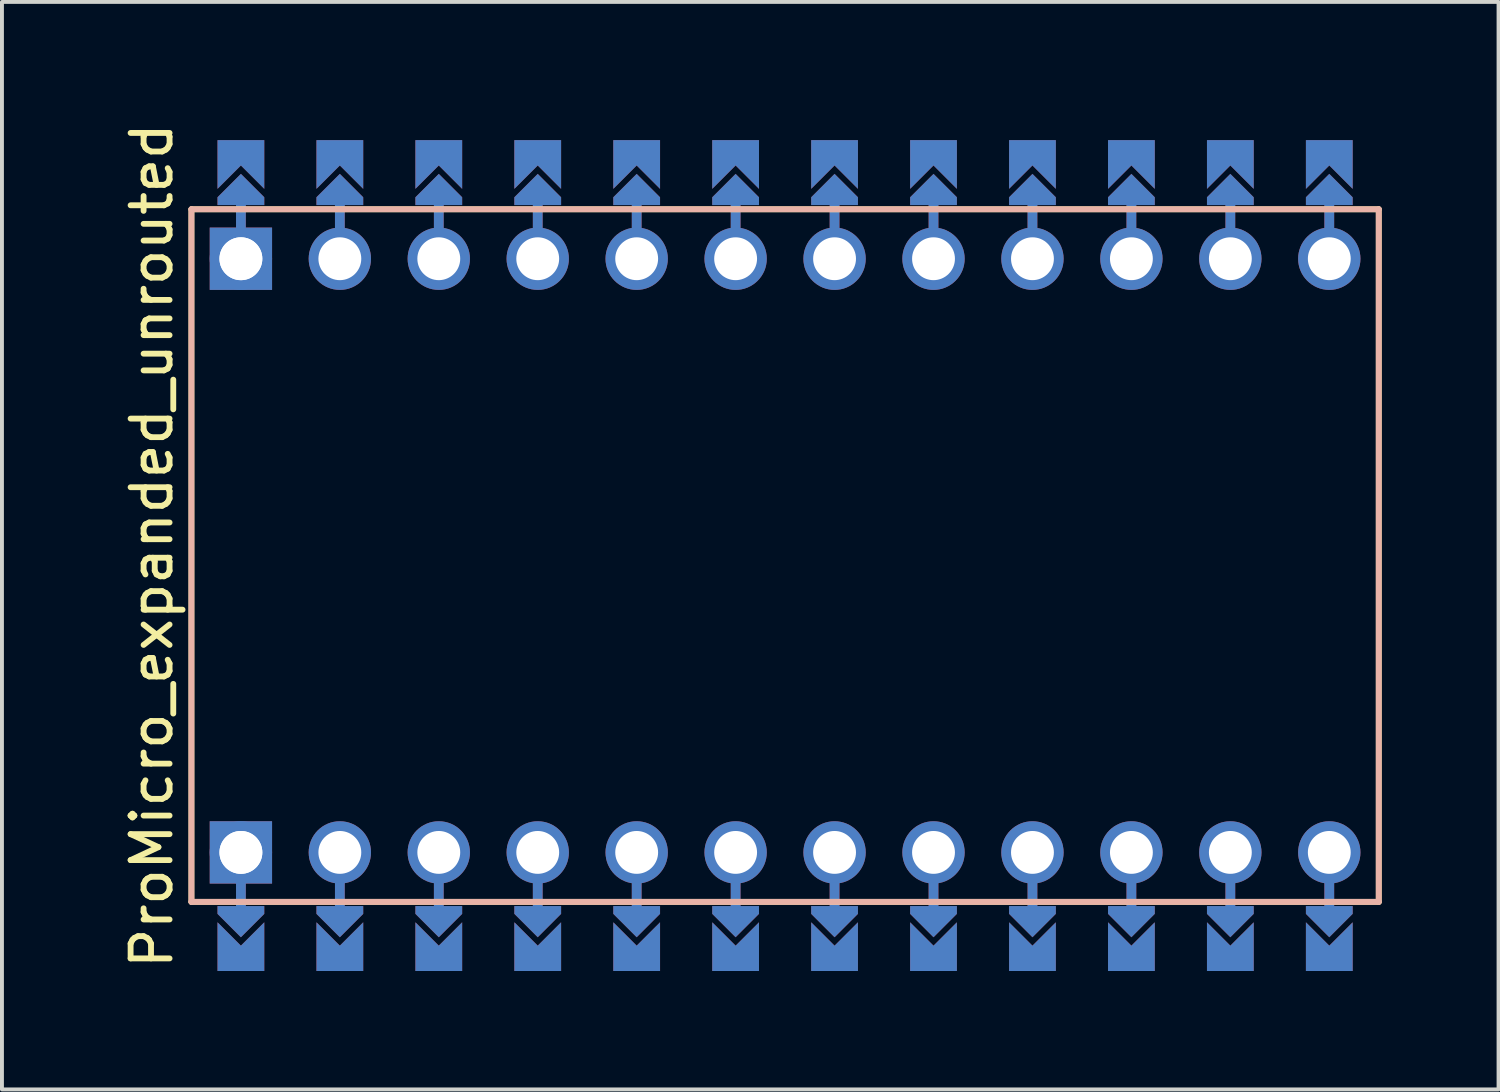
<source format=kicad_pcb>
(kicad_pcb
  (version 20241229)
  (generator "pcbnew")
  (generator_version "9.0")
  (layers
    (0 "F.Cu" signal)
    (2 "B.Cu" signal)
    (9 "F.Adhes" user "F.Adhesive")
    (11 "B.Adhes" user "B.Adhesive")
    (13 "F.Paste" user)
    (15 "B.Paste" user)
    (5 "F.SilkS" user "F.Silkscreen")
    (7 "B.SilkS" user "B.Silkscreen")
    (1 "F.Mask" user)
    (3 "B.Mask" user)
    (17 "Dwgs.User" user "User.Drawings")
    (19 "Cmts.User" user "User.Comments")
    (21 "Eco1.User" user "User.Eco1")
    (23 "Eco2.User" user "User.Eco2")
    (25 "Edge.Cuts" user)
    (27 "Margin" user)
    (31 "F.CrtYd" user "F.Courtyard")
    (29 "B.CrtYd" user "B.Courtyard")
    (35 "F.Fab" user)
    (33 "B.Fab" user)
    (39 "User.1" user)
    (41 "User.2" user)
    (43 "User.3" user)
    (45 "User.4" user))
  (footprint "ProMicro_expanded_unrouted"
    (layer "F.Cu")
    (at 17.104 11.212)
    (property "Reference" "ProMicro_expanded_unrouted" (at -16.256 -0.254 90) (layer "F.SilkS") (effects (font (size 1 1) (thickness 0.15))))
    (attr through_hole)
    (fp_poly (pts (xy -14.478 -10.16) (xy -13.462 -10.16) (xy -13.462 -9.144) (xy -14.478 -9.144)) (stroke (width 0.1) (type solid)) (fill yes) (layer "F.Mask"))
    (fp_poly (pts (xy -13.462 10.16) (xy -14.478 10.16) (xy -14.478 9.144) (xy -13.462 9.144)) (stroke (width 0.1) (type solid)) (fill yes) (layer "F.Mask"))
    (fp_poly (pts (xy -11.938 -10.16) (xy -10.922 -10.16) (xy -10.922 -9.144) (xy -11.938 -9.144)) (stroke (width 0.1) (type solid)) (fill yes) (layer "F.Mask"))
    (fp_poly (pts (xy -10.922 10.16) (xy -11.938 10.16) (xy -11.938 9.144) (xy -10.922 9.144)) (stroke (width 0.1) (type solid)) (fill yes) (layer "F.Mask"))
    (fp_poly (pts (xy -9.398 -10.16) (xy -8.382 -10.16) (xy -8.382 -9.144) (xy -9.398 -9.144)) (stroke (width 0.1) (type solid)) (fill yes) (layer "F.Mask"))
    (fp_poly (pts (xy -8.382 10.16) (xy -9.398 10.16) (xy -9.398 9.144) (xy -8.382 9.144)) (stroke (width 0.1) (type solid)) (fill yes) (layer "F.Mask"))
    (fp_poly (pts (xy -6.858 -10.16) (xy -5.842 -10.16) (xy -5.842 -9.144) (xy -6.858 -9.144)) (stroke (width 0.1) (type solid)) (fill yes) (layer "F.Mask"))
    (fp_poly (pts (xy -5.842 10.16) (xy -6.858 10.16) (xy -6.858 9.144) (xy -5.842 9.144)) (stroke (width 0.1) (type solid)) (fill yes) (layer "F.Mask"))
    (fp_poly (pts (xy -4.318 -10.16) (xy -3.302 -10.16) (xy -3.302 -9.144) (xy -4.318 -9.144)) (stroke (width 0.1) (type solid)) (fill yes) (layer "F.Mask"))
    (fp_poly (pts (xy -3.302 10.16) (xy -4.318 10.16) (xy -4.318 9.144) (xy -3.302 9.144)) (stroke (width 0.1) (type solid)) (fill yes) (layer "F.Mask"))
    (fp_poly (pts (xy -1.778 -10.16) (xy -0.762 -10.16) (xy -0.762 -9.144) (xy -1.778 -9.144)) (stroke (width 0.1) (type solid)) (fill yes) (layer "F.Mask"))
    (fp_poly (pts (xy -0.762 10.16) (xy -1.778 10.16) (xy -1.778 9.144) (xy -0.762 9.144)) (stroke (width 0.1) (type solid)) (fill yes) (layer "F.Mask"))
    (fp_poly (pts (xy 0.762 -10.16) (xy 1.778 -10.16) (xy 1.778 -9.144) (xy 0.762 -9.144)) (stroke (width 0.1) (type solid)) (fill yes) (layer "F.Mask"))
    (fp_poly (pts (xy 1.778 10.16) (xy 0.762 10.16) (xy 0.762 9.144) (xy 1.778 9.144)) (stroke (width 0.1) (type solid)) (fill yes) (layer "F.Mask"))
    (fp_poly (pts (xy 3.302 -10.16) (xy 4.318 -10.16) (xy 4.318 -9.144) (xy 3.302 -9.144)) (stroke (width 0.1) (type solid)) (fill yes) (layer "F.Mask"))
    (fp_poly (pts (xy 4.318 10.16) (xy 3.302 10.16) (xy 3.302 9.144) (xy 4.318 9.144)) (stroke (width 0.1) (type solid)) (fill yes) (layer "F.Mask"))
    (fp_poly (pts (xy 5.842 -10.16) (xy 6.858 -10.16) (xy 6.858 -9.144) (xy 5.842 -9.144)) (stroke (width 0.1) (type solid)) (fill yes) (layer "F.Mask"))
    (fp_poly (pts (xy 6.858 10.16) (xy 5.842 10.16) (xy 5.842 9.144) (xy 6.858 9.144)) (stroke (width 0.1) (type solid)) (fill yes) (layer "F.Mask"))
    (fp_poly (pts (xy 8.382 -10.16) (xy 9.398 -10.16) (xy 9.398 -9.144) (xy 8.382 -9.144)) (stroke (width 0.1) (type solid)) (fill yes) (layer "F.Mask"))
    (fp_poly (pts (xy 9.398 10.16) (xy 8.382 10.16) (xy 8.382 9.144) (xy 9.398 9.144)) (stroke (width 0.1) (type solid)) (fill yes) (layer "F.Mask"))
    (fp_poly (pts (xy 10.922 -10.16) (xy 11.938 -10.16) (xy 11.938 -9.144) (xy 10.922 -9.144)) (stroke (width 0.1) (type solid)) (fill yes) (layer "F.Mask"))
    (fp_poly (pts (xy 11.938 10.16) (xy 10.922 10.16) (xy 10.922 9.144) (xy 11.938 9.144)) (stroke (width 0.1) (type solid)) (fill yes) (layer "F.Mask"))
    (fp_poly (pts (xy 13.462 -10.16) (xy 14.478 -10.16) (xy 14.478 -9.144) (xy 13.462 -9.144)) (stroke (width 0.1) (type solid)) (fill yes) (layer "F.Mask"))
    (fp_poly (pts (xy 14.478 10.16) (xy 13.462 10.16) (xy 13.462 9.144) (xy 14.478 9.144)) (stroke (width 0.1) (type solid)) (fill yes) (layer "F.Mask"))
    (fp_poly (pts (xy -14.478 -10.16) (xy -13.462 -10.16) (xy -13.462 -9.144) (xy -14.478 -9.144)) (stroke (width 0.1) (type solid)) (fill yes) (layer "B.Mask"))
    (fp_poly (pts (xy -13.462 10.16) (xy -14.478 10.16) (xy -14.478 9.144) (xy -13.462 9.144)) (stroke (width 0.1) (type solid)) (fill yes) (layer "B.Mask"))
    (fp_poly (pts (xy -11.938 -10.16) (xy -10.922 -10.16) (xy -10.922 -9.144) (xy -11.938 -9.144)) (stroke (width 0.1) (type solid)) (fill yes) (layer "B.Mask"))
    (fp_poly (pts (xy -10.922 10.16) (xy -11.938 10.16) (xy -11.938 9.144) (xy -10.922 9.144)) (stroke (width 0.1) (type solid)) (fill yes) (layer "B.Mask"))
    (fp_poly (pts (xy -9.398 -10.16) (xy -8.382 -10.16) (xy -8.382 -9.144) (xy -9.398 -9.144)) (stroke (width 0.1) (type solid)) (fill yes) (layer "B.Mask"))
    (fp_poly (pts (xy -8.382 10.16) (xy -9.398 10.16) (xy -9.398 9.144) (xy -8.382 9.144)) (stroke (width 0.1) (type solid)) (fill yes) (layer "B.Mask"))
    (fp_poly (pts (xy -6.858 -10.16) (xy -5.842 -10.16) (xy -5.842 -9.144) (xy -6.858 -9.144)) (stroke (width 0.1) (type solid)) (fill yes) (layer "B.Mask"))
    (fp_poly (pts (xy -5.842 10.16) (xy -6.858 10.16) (xy -6.858 9.144) (xy -5.842 9.144)) (stroke (width 0.1) (type solid)) (fill yes) (layer "B.Mask"))
    (fp_poly (pts (xy -4.318 -10.16) (xy -3.302 -10.16) (xy -3.302 -9.144) (xy -4.318 -9.144)) (stroke (width 0.1) (type solid)) (fill yes) (layer "B.Mask"))
    (fp_poly (pts (xy -3.302 10.16) (xy -4.318 10.16) (xy -4.318 9.144) (xy -3.302 9.144)) (stroke (width 0.1) (type solid)) (fill yes) (layer "B.Mask"))
    (fp_poly (pts (xy -1.778 -10.16) (xy -0.762 -10.16) (xy -0.762 -9.144) (xy -1.778 -9.144)) (stroke (width 0.1) (type solid)) (fill yes) (layer "B.Mask"))
    (fp_poly (pts (xy -0.762 10.16) (xy -1.778 10.16) (xy -1.778 9.144) (xy -0.762 9.144)) (stroke (width 0.1) (type solid)) (fill yes) (layer "B.Mask"))
    (fp_poly (pts (xy 0.762 -10.16) (xy 1.778 -10.16) (xy 1.778 -9.144) (xy 0.762 -9.144)) (stroke (width 0.1) (type solid)) (fill yes) (layer "B.Mask"))
    (fp_poly (pts (xy 1.778 10.16) (xy 0.762 10.16) (xy 0.762 9.144) (xy 1.778 9.144)) (stroke (width 0.1) (type solid)) (fill yes) (layer "B.Mask"))
    (fp_poly (pts (xy 3.302 -10.16) (xy 4.318 -10.16) (xy 4.318 -9.144) (xy 3.302 -9.144)) (stroke (width 0.1) (type solid)) (fill yes) (layer "B.Mask"))
    (fp_poly (pts (xy 4.318 10.16) (xy 3.302 10.16) (xy 3.302 9.144) (xy 4.318 9.144)) (stroke (width 0.1) (type solid)) (fill yes) (layer "B.Mask"))
    (fp_poly (pts (xy 5.842 -10.16) (xy 6.858 -10.16) (xy 6.858 -9.144) (xy 5.842 -9.144)) (stroke (width 0.1) (type solid)) (fill yes) (layer "B.Mask"))
    (fp_poly (pts (xy 6.858 10.16) (xy 5.842 10.16) (xy 5.842 9.144) (xy 6.858 9.144)) (stroke (width 0.1) (type solid)) (fill yes) (layer "B.Mask"))
    (fp_poly (pts (xy 8.382 -10.16) (xy 9.398 -10.16) (xy 9.398 -9.144) (xy 8.382 -9.144)) (stroke (width 0.1) (type solid)) (fill yes) (layer "B.Mask"))
    (fp_poly (pts (xy 9.398 10.16) (xy 8.382 10.16) (xy 8.382 9.144) (xy 9.398 9.144)) (stroke (width 0.1) (type solid)) (fill yes) (layer "B.Mask"))
    (fp_poly (pts (xy 10.922 -10.16) (xy 11.938 -10.16) (xy 11.938 -9.144) (xy 10.922 -9.144)) (stroke (width 0.1) (type solid)) (fill yes) (layer "B.Mask"))
    (fp_poly (pts (xy 11.938 10.16) (xy 10.922 10.16) (xy 10.922 9.144) (xy 11.938 9.144)) (stroke (width 0.1) (type solid)) (fill yes) (layer "B.Mask"))
    (fp_poly (pts (xy 13.462 -10.16) (xy 14.478 -10.16) (xy 14.478 -9.144) (xy 13.462 -9.144)) (stroke (width 0.1) (type solid)) (fill yes) (layer "B.Mask"))
    (fp_poly (pts (xy 14.478 10.16) (xy 13.462 10.16) (xy 13.462 9.144) (xy 14.478 9.144)) (stroke (width 0.1) (type solid)) (fill yes) (layer "B.Mask"))
    (fp_line (start -15.24 -8.89) (end 15.24 -8.89) (stroke (width 0.15) (type solid)) (layer "F.SilkS"))
    (fp_line (start -15.24 8.89) (end -15.24 -8.89) (stroke (width 0.15) (type solid)) (layer "F.SilkS"))
    (fp_line (start -15.24 8.89) (end 15.24 8.89) (stroke (width 0.15) (type solid)) (layer "F.SilkS"))
    (fp_line (start 15.24 -8.89) (end 15.24 8.89) (stroke (width 0.15) (type solid)) (layer "F.SilkS"))
    (fp_line (start -15.24 -8.89) (end 15.24 -8.89) (stroke (width 0.15) (type solid)) (layer "B.SilkS"))
    (fp_line (start -15.24 8.89) (end -15.24 -8.89) (stroke (width 0.15) (type solid)) (layer "B.SilkS"))
    (fp_line (start -15.24 8.89) (end 15.24 8.89) (stroke (width 0.15) (type solid)) (layer "B.SilkS"))
    (fp_line (start 15.24 -8.89) (end 15.24 8.89) (stroke (width 0.15) (type solid)) (layer "B.SilkS"))
    (pad "" smd custom (at -13.97 -9.398 180) (size 0.1 0.1) (layers "F.Cu" "F.Mask") (options (anchor rect)) (primitives (gr_poly (pts (xy 0.6 -0.4) (xy -0.6 -0.4) (xy -0.6 -0.2) (xy 0 0.4) (xy 0.6 -0.2)) (width 0) (fill yes))))
    (pad "" smd custom (at -13.97 -9.398 180) (size 0.1 0.1) (layers "B.Cu" "B.Mask") (options (anchor rect)) (primitives (gr_poly (pts (xy 0.6 -0.4) (xy -0.6 -0.4) (xy -0.6 -0.2) (xy 0 0.4) (xy 0.6 -0.2)) (width 0) (fill yes))))
    (pad "" smd custom (at -13.97 -8.89 180) (size 0.25 1) (layers "F.Cu") (options (anchor rect)) (primitives))
    (pad "" smd custom (at -13.97 -8.89 180) (size 0.25 1) (layers "B.Cu") (options (anchor rect)) (primitives))
    (pad "" thru_hole circle (at -13.97 -7.62) (size 1.6 1.6) (drill 1.1) (layers "*.Cu" "*.Mask"))
    (pad "" thru_hole rect (at -13.97 -7.62) (size 1.6 1.6) (drill 1.1) (layers "B.Cu" "B.Mask"))
    (pad "" thru_hole circle (at -13.97 7.62) (size 1.6 1.6) (drill 1.1) (layers "*.Cu" "*.Mask"))
    (pad "" thru_hole rect (at -13.97 7.62) (size 1.6 1.6) (drill 1.1) (layers "F.Cu" "F.Mask"))
    (pad "" smd custom (at -13.97 8.89) (size 0.25 1) (layers "F.Cu") (options (anchor rect)) (primitives))
    (pad "" smd custom (at -13.97 8.89) (size 0.25 1) (layers "B.Cu") (options (anchor rect)) (primitives))
    (pad "" smd custom (at -13.97 9.398) (size 0.1 0.1) (layers "F.Cu" "F.Mask") (options (anchor rect)) (primitives (gr_poly (pts (xy 0.6 -0.4) (xy -0.6 -0.4) (xy -0.6 -0.2) (xy 0 0.4) (xy 0.6 -0.2)) (width 0) (fill yes))))
    (pad "" smd custom (at -13.97 9.398) (size 0.1 0.1) (layers "B.Cu" "B.Mask") (options (anchor rect)) (primitives (gr_poly (pts (xy 0.6 -0.4) (xy -0.6 -0.4) (xy -0.6 -0.2) (xy 0 0.4) (xy 0.6 -0.2)) (width 0) (fill yes))))
    (pad "" smd custom (at -11.43 -9.398 180) (size 0.1 0.1) (layers "F.Cu" "F.Mask") (options (anchor rect)) (primitives (gr_poly (pts (xy 0.6 -0.4) (xy -0.6 -0.4) (xy -0.6 -0.2) (xy 0 0.4) (xy 0.6 -0.2)) (width 0) (fill yes))))
    (pad "" smd custom (at -11.43 -9.398 180) (size 0.1 0.1) (layers "B.Cu" "B.Mask") (options (anchor rect)) (primitives (gr_poly (pts (xy 0.6 -0.4) (xy -0.6 -0.4) (xy -0.6 -0.2) (xy 0 0.4) (xy 0.6 -0.2)) (width 0) (fill yes))))
    (pad "" smd custom (at -11.43 -8.89 180) (size 0.25 1) (layers "F.Cu") (options (anchor rect)) (primitives))
    (pad "" smd custom (at -11.43 -8.89 180) (size 0.25 1) (layers "B.Cu") (options (anchor rect)) (primitives))
    (pad "" thru_hole circle (at -11.43 -7.62) (size 1.6 1.6) (drill 1.1) (layers "*.Cu" "*.Mask"))
    (pad "" thru_hole circle (at -11.43 7.62) (size 1.6 1.6) (drill 1.1) (layers "*.Cu" "*.Mask"))
    (pad "" smd custom (at -11.43 8.89) (size 0.25 1) (layers "F.Cu") (options (anchor rect)) (primitives))
    (pad "" smd custom (at -11.43 8.89) (size 0.25 1) (layers "B.Cu") (options (anchor rect)) (primitives))
    (pad "" smd custom (at -11.43 9.398) (size 0.1 0.1) (layers "F.Cu" "F.Mask") (options (anchor rect)) (primitives (gr_poly (pts (xy 0.6 -0.4) (xy -0.6 -0.4) (xy -0.6 -0.2) (xy 0 0.4) (xy 0.6 -0.2)) (width 0) (fill yes))))
    (pad "" smd custom (at -11.43 9.398) (size 0.1 0.1) (layers "B.Cu" "B.Mask") (options (anchor rect)) (primitives (gr_poly (pts (xy 0.6 -0.4) (xy -0.6 -0.4) (xy -0.6 -0.2) (xy 0 0.4) (xy 0.6 -0.2)) (width 0) (fill yes))))
    (pad "" smd custom (at -8.89 -9.398 180) (size 0.1 0.1) (layers "F.Cu" "F.Mask") (options (anchor rect)) (primitives (gr_poly (pts (xy 0.6 -0.4) (xy -0.6 -0.4) (xy -0.6 -0.2) (xy 0 0.4) (xy 0.6 -0.2)) (width 0) (fill yes))))
    (pad "" smd custom (at -8.89 -9.398 180) (size 0.1 0.1) (layers "B.Cu" "B.Mask") (options (anchor rect)) (primitives (gr_poly (pts (xy 0.6 -0.4) (xy -0.6 -0.4) (xy -0.6 -0.2) (xy 0 0.4) (xy 0.6 -0.2)) (width 0) (fill yes))))
    (pad "" smd custom (at -8.89 -8.89 180) (size 0.25 1) (layers "F.Cu") (options (anchor rect)) (primitives))
    (pad "" smd custom (at -8.89 -8.89 180) (size 0.25 1) (layers "B.Cu") (options (anchor rect)) (primitives))
    (pad "" thru_hole circle (at -8.89 -7.62) (size 1.6 1.6) (drill 1.1) (layers "*.Cu" "*.Mask"))
    (pad "" thru_hole circle (at -8.89 7.62) (size 1.6 1.6) (drill 1.1) (layers "*.Cu" "*.Mask"))
    (pad "" smd custom (at -8.89 8.89) (size 0.25 1) (layers "F.Cu") (options (anchor rect)) (primitives))
    (pad "" smd custom (at -8.89 8.89) (size 0.25 1) (layers "B.Cu") (options (anchor rect)) (primitives))
    (pad "" smd custom (at -8.89 9.398) (size 0.1 0.1) (layers "F.Cu" "F.Mask") (options (anchor rect)) (primitives (gr_poly (pts (xy 0.6 -0.4) (xy -0.6 -0.4) (xy -0.6 -0.2) (xy 0 0.4) (xy 0.6 -0.2)) (width 0) (fill yes))))
    (pad "" smd custom (at -8.89 9.398) (size 0.1 0.1) (layers "B.Cu" "B.Mask") (options (anchor rect)) (primitives (gr_poly (pts (xy 0.6 -0.4) (xy -0.6 -0.4) (xy -0.6 -0.2) (xy 0 0.4) (xy 0.6 -0.2)) (width 0) (fill yes))))
    (pad "" smd custom (at -6.35 -9.398 180) (size 0.1 0.1) (layers "F.Cu" "F.Mask") (options (anchor rect)) (primitives (gr_poly (pts (xy 0.6 -0.4) (xy -0.6 -0.4) (xy -0.6 -0.2) (xy 0 0.4) (xy 0.6 -0.2)) (width 0) (fill yes))))
    (pad "" smd custom (at -6.35 -9.398 180) (size 0.1 0.1) (layers "B.Cu" "B.Mask") (options (anchor rect)) (primitives (gr_poly (pts (xy 0.6 -0.4) (xy -0.6 -0.4) (xy -0.6 -0.2) (xy 0 0.4) (xy 0.6 -0.2)) (width 0) (fill yes))))
    (pad "" smd custom (at -6.35 -8.89 180) (size 0.25 1) (layers "F.Cu") (options (anchor rect)) (primitives))
    (pad "" smd custom (at -6.35 -8.89 180) (size 0.25 1) (layers "B.Cu") (options (anchor rect)) (primitives))
    (pad "" thru_hole circle (at -6.35 -7.62) (size 1.6 1.6) (drill 1.1) (layers "*.Cu" "*.Mask"))
    (pad "" thru_hole circle (at -6.35 7.62) (size 1.6 1.6) (drill 1.1) (layers "*.Cu" "*.Mask"))
    (pad "" smd custom (at -6.35 8.89) (size 0.25 1) (layers "F.Cu") (options (anchor rect)) (primitives))
    (pad "" smd custom (at -6.35 8.89) (size 0.25 1) (layers "B.Cu") (options (anchor rect)) (primitives))
    (pad "" smd custom (at -6.35 9.398) (size 0.1 0.1) (layers "F.Cu" "F.Mask") (options (anchor rect)) (primitives (gr_poly (pts (xy 0.6 -0.4) (xy -0.6 -0.4) (xy -0.6 -0.2) (xy 0 0.4) (xy 0.6 -0.2)) (width 0) (fill yes))))
    (pad "" smd custom (at -6.35 9.398) (size 0.1 0.1) (layers "B.Cu" "B.Mask") (options (anchor rect)) (primitives (gr_poly (pts (xy 0.6 -0.4) (xy -0.6 -0.4) (xy -0.6 -0.2) (xy 0 0.4) (xy 0.6 -0.2)) (width 0) (fill yes))))
    (pad "" smd custom (at -3.81 -9.398 180) (size 0.1 0.1) (layers "F.Cu" "F.Mask") (options (anchor rect)) (primitives (gr_poly (pts (xy 0.6 -0.4) (xy -0.6 -0.4) (xy -0.6 -0.2) (xy 0 0.4) (xy 0.6 -0.2)) (width 0) (fill yes))))
    (pad "" smd custom (at -3.81 -9.398 180) (size 0.1 0.1) (layers "B.Cu" "B.Mask") (options (anchor rect)) (primitives (gr_poly (pts (xy 0.6 -0.4) (xy -0.6 -0.4) (xy -0.6 -0.2) (xy 0 0.4) (xy 0.6 -0.2)) (width 0) (fill yes))))
    (pad "" smd custom (at -3.81 -8.89 180) (size 0.25 1) (layers "F.Cu") (options (anchor rect)) (primitives))
    (pad "" smd custom (at -3.81 -8.89 180) (size 0.25 1) (layers "B.Cu") (options (anchor rect)) (primitives))
    (pad "" thru_hole circle (at -3.81 -7.62) (size 1.6 1.6) (drill 1.1) (layers "*.Cu" "*.Mask"))
    (pad "" thru_hole circle (at -3.81 7.62) (size 1.6 1.6) (drill 1.1) (layers "*.Cu" "*.Mask"))
    (pad "" smd custom (at -3.81 8.89) (size 0.25 1) (layers "F.Cu") (options (anchor rect)) (primitives))
    (pad "" smd custom (at -3.81 8.89) (size 0.25 1) (layers "B.Cu") (options (anchor rect)) (primitives))
    (pad "" smd custom (at -3.81 9.398) (size 0.1 0.1) (layers "F.Cu" "F.Mask") (options (anchor rect)) (primitives (gr_poly (pts (xy 0.6 -0.4) (xy -0.6 -0.4) (xy -0.6 -0.2) (xy 0 0.4) (xy 0.6 -0.2)) (width 0) (fill yes))))
    (pad "" smd custom (at -3.81 9.398) (size 0.1 0.1) (layers "B.Cu" "B.Mask") (options (anchor rect)) (primitives (gr_poly (pts (xy 0.6 -0.4) (xy -0.6 -0.4) (xy -0.6 -0.2) (xy 0 0.4) (xy 0.6 -0.2)) (width 0) (fill yes))))
    (pad "" smd custom (at -1.27 -9.398 180) (size 0.1 0.1) (layers "F.Cu" "F.Mask") (options (anchor rect)) (primitives (gr_poly (pts (xy 0.6 -0.4) (xy -0.6 -0.4) (xy -0.6 -0.2) (xy 0 0.4) (xy 0.6 -0.2)) (width 0) (fill yes))))
    (pad "" smd custom (at -1.27 -9.398 180) (size 0.1 0.1) (layers "B.Cu" "B.Mask") (options (anchor rect)) (primitives (gr_poly (pts (xy 0.6 -0.4) (xy -0.6 -0.4) (xy -0.6 -0.2) (xy 0 0.4) (xy 0.6 -0.2)) (width 0) (fill yes))))
    (pad "" smd custom (at -1.27 -8.89 180) (size 0.25 1) (layers "F.Cu") (options (anchor rect)) (primitives))
    (pad "" smd custom (at -1.27 -8.89 180) (size 0.25 1) (layers "B.Cu") (options (anchor rect)) (primitives))
    (pad "" thru_hole circle (at -1.27 -7.62) (size 1.6 1.6) (drill 1.1) (layers "*.Cu" "*.Mask"))
    (pad "" thru_hole circle (at -1.27 7.62) (size 1.6 1.6) (drill 1.1) (layers "*.Cu" "*.Mask"))
    (pad "" smd custom (at -1.27 8.89) (size 0.25 1) (layers "F.Cu") (options (anchor rect)) (primitives))
    (pad "" smd custom (at -1.27 8.89) (size 0.25 1) (layers "B.Cu") (options (anchor rect)) (primitives))
    (pad "" smd custom (at -1.27 9.398) (size 0.1 0.1) (layers "F.Cu" "F.Mask") (options (anchor rect)) (primitives (gr_poly (pts (xy 0.6 -0.4) (xy -0.6 -0.4) (xy -0.6 -0.2) (xy 0 0.4) (xy 0.6 -0.2)) (width 0) (fill yes))))
    (pad "" smd custom (at -1.27 9.398) (size 0.1 0.1) (layers "B.Cu" "B.Mask") (options (anchor rect)) (primitives (gr_poly (pts (xy 0.6 -0.4) (xy -0.6 -0.4) (xy -0.6 -0.2) (xy 0 0.4) (xy 0.6 -0.2)) (width 0) (fill yes))))
    (pad "" smd custom (at 1.27 -9.398 180) (size 0.1 0.1) (layers "F.Cu" "F.Mask") (options (anchor rect)) (primitives (gr_poly (pts (xy 0.6 -0.4) (xy -0.6 -0.4) (xy -0.6 -0.2) (xy 0 0.4) (xy 0.6 -0.2)) (width 0) (fill yes))))
    (pad "" smd custom (at 1.27 -9.398 180) (size 0.1 0.1) (layers "B.Cu" "B.Mask") (options (anchor rect)) (primitives (gr_poly (pts (xy 0.6 -0.4) (xy -0.6 -0.4) (xy -0.6 -0.2) (xy 0 0.4) (xy 0.6 -0.2)) (width 0) (fill yes))))
    (pad "" smd custom (at 1.27 -8.89 180) (size 0.25 1) (layers "F.Cu") (options (anchor rect)) (primitives))
    (pad "" smd custom (at 1.27 -8.89 180) (size 0.25 1) (layers "B.Cu") (options (anchor rect)) (primitives))
    (pad "" thru_hole circle (at 1.27 -7.62) (size 1.6 1.6) (drill 1.1) (layers "*.Cu" "*.Mask"))
    (pad "" thru_hole circle (at 1.27 7.62) (size 1.6 1.6) (drill 1.1) (layers "*.Cu" "*.Mask"))
    (pad "" smd custom (at 1.27 8.89) (size 0.25 1) (layers "F.Cu") (options (anchor rect)) (primitives))
    (pad "" smd custom (at 1.27 8.89) (size 0.25 1) (layers "B.Cu") (options (anchor rect)) (primitives))
    (pad "" smd custom (at 1.27 9.398) (size 0.1 0.1) (layers "F.Cu" "F.Mask") (options (anchor rect)) (primitives (gr_poly (pts (xy 0.6 -0.4) (xy -0.6 -0.4) (xy -0.6 -0.2) (xy 0 0.4) (xy 0.6 -0.2)) (width 0) (fill yes))))
    (pad "" smd custom (at 1.27 9.398) (size 0.1 0.1) (layers "B.Cu" "B.Mask") (options (anchor rect)) (primitives (gr_poly (pts (xy 0.6 -0.4) (xy -0.6 -0.4) (xy -0.6 -0.2) (xy 0 0.4) (xy 0.6 -0.2)) (width 0) (fill yes))))
    (pad "" smd custom (at 3.81 -9.398 180) (size 0.1 0.1) (layers "F.Cu" "F.Mask") (options (anchor rect)) (primitives (gr_poly (pts (xy 0.6 -0.4) (xy -0.6 -0.4) (xy -0.6 -0.2) (xy 0 0.4) (xy 0.6 -0.2)) (width 0) (fill yes))))
    (pad "" smd custom (at 3.81 -9.398 180) (size 0.1 0.1) (layers "B.Cu" "B.Mask") (options (anchor rect)) (primitives (gr_poly (pts (xy 0.6 -0.4) (xy -0.6 -0.4) (xy -0.6 -0.2) (xy 0 0.4) (xy 0.6 -0.2)) (width 0) (fill yes))))
    (pad "" smd custom (at 3.81 -8.89 180) (size 0.25 1) (layers "F.Cu") (options (anchor rect)) (primitives))
    (pad "" smd custom (at 3.81 -8.89 180) (size 0.25 1) (layers "B.Cu") (options (anchor rect)) (primitives))
    (pad "" thru_hole circle (at 3.81 -7.62) (size 1.6 1.6) (drill 1.1) (layers "*.Cu" "*.Mask"))
    (pad "" thru_hole circle (at 3.81 7.62) (size 1.6 1.6) (drill 1.1) (layers "*.Cu" "*.Mask"))
    (pad "" smd custom (at 3.81 8.89) (size 0.25 1) (layers "F.Cu") (options (anchor rect)) (primitives))
    (pad "" smd custom (at 3.81 8.89) (size 0.25 1) (layers "B.Cu") (options (anchor rect)) (primitives))
    (pad "" smd custom (at 3.81 9.398) (size 0.1 0.1) (layers "F.Cu" "F.Mask") (options (anchor rect)) (primitives (gr_poly (pts (xy 0.6 -0.4) (xy -0.6 -0.4) (xy -0.6 -0.2) (xy 0 0.4) (xy 0.6 -0.2)) (width 0) (fill yes))))
    (pad "" smd custom (at 3.81 9.398) (size 0.1 0.1) (layers "B.Cu" "B.Mask") (options (anchor rect)) (primitives (gr_poly (pts (xy 0.6 -0.4) (xy -0.6 -0.4) (xy -0.6 -0.2) (xy 0 0.4) (xy 0.6 -0.2)) (width 0) (fill yes))))
    (pad "" smd custom (at 6.35 -9.398 180) (size 0.1 0.1) (layers "F.Cu" "F.Mask") (options (anchor rect)) (primitives (gr_poly (pts (xy 0.6 -0.4) (xy -0.6 -0.4) (xy -0.6 -0.2) (xy 0 0.4) (xy 0.6 -0.2)) (width 0) (fill yes))))
    (pad "" smd custom (at 6.35 -9.398 180) (size 0.1 0.1) (layers "B.Cu" "B.Mask") (options (anchor rect)) (primitives (gr_poly (pts (xy 0.6 -0.4) (xy -0.6 -0.4) (xy -0.6 -0.2) (xy 0 0.4) (xy 0.6 -0.2)) (width 0) (fill yes))))
    (pad "" smd custom (at 6.35 -8.89 180) (size 0.25 1) (layers "F.Cu") (options (anchor rect)) (primitives))
    (pad "" smd custom (at 6.35 -8.89 180) (size 0.25 1) (layers "B.Cu") (options (anchor rect)) (primitives))
    (pad "" thru_hole circle (at 6.35 -7.62) (size 1.6 1.6) (drill 1.1) (layers "*.Cu" "*.Mask"))
    (pad "" thru_hole circle (at 6.35 7.62) (size 1.6 1.6) (drill 1.1) (layers "*.Cu" "*.Mask"))
    (pad "" smd custom (at 6.35 8.89) (size 0.25 1) (layers "F.Cu") (options (anchor rect)) (primitives))
    (pad "" smd custom (at 6.35 8.89) (size 0.25 1) (layers "B.Cu") (options (anchor rect)) (primitives))
    (pad "" smd custom (at 6.35 9.398) (size 0.1 0.1) (layers "F.Cu" "F.Mask") (options (anchor rect)) (primitives (gr_poly (pts (xy 0.6 -0.4) (xy -0.6 -0.4) (xy -0.6 -0.2) (xy 0 0.4) (xy 0.6 -0.2)) (width 0) (fill yes))))
    (pad "" smd custom (at 6.35 9.398) (size 0.1 0.1) (layers "B.Cu" "B.Mask") (options (anchor rect)) (primitives (gr_poly (pts (xy 0.6 -0.4) (xy -0.6 -0.4) (xy -0.6 -0.2) (xy 0 0.4) (xy 0.6 -0.2)) (width 0) (fill yes))))
    (pad "" smd custom (at 8.89 -9.398 180) (size 0.1 0.1) (layers "F.Cu" "F.Mask") (options (anchor rect)) (primitives (gr_poly (pts (xy 0.6 -0.4) (xy -0.6 -0.4) (xy -0.6 -0.2) (xy 0 0.4) (xy 0.6 -0.2)) (width 0) (fill yes))))
    (pad "" smd custom (at 8.89 -9.398 180) (size 0.1 0.1) (layers "B.Cu" "B.Mask") (options (anchor rect)) (primitives (gr_poly (pts (xy 0.6 -0.4) (xy -0.6 -0.4) (xy -0.6 -0.2) (xy 0 0.4) (xy 0.6 -0.2)) (width 0) (fill yes))))
    (pad "" smd custom (at 8.89 -8.89 180) (size 0.25 1) (layers "F.Cu") (options (anchor rect)) (primitives))
    (pad "" smd custom (at 8.89 -8.89 180) (size 0.25 1) (layers "B.Cu") (options (anchor rect)) (primitives))
    (pad "" thru_hole circle (at 8.89 -7.62) (size 1.6 1.6) (drill 1.1) (layers "*.Cu" "*.Mask"))
    (pad "" thru_hole circle (at 8.89 7.62) (size 1.6 1.6) (drill 1.1) (layers "*.Cu" "*.Mask"))
    (pad "" smd custom (at 8.89 8.89) (size 0.25 1) (layers "F.Cu") (options (anchor rect)) (primitives))
    (pad "" smd custom (at 8.89 8.89) (size 0.25 1) (layers "B.Cu") (options (anchor rect)) (primitives))
    (pad "" smd custom (at 8.89 9.398) (size 0.1 0.1) (layers "F.Cu" "F.Mask") (options (anchor rect)) (primitives (gr_poly (pts (xy 0.6 -0.4) (xy -0.6 -0.4) (xy -0.6 -0.2) (xy 0 0.4) (xy 0.6 -0.2)) (width 0) (fill yes))))
    (pad "" smd custom (at 8.89 9.398) (size 0.1 0.1) (layers "B.Cu" "B.Mask") (options (anchor rect)) (primitives (gr_poly (pts (xy 0.6 -0.4) (xy -0.6 -0.4) (xy -0.6 -0.2) (xy 0 0.4) (xy 0.6 -0.2)) (width 0) (fill yes))))
    (pad "" smd custom (at 11.43 -9.398 180) (size 0.1 0.1) (layers "F.Cu" "F.Mask") (options (anchor rect)) (primitives (gr_poly (pts (xy 0.6 -0.4) (xy -0.6 -0.4) (xy -0.6 -0.2) (xy 0 0.4) (xy 0.6 -0.2)) (width 0) (fill yes))))
    (pad "" smd custom (at 11.43 -9.398 180) (size 0.1 0.1) (layers "B.Cu" "B.Mask") (options (anchor rect)) (primitives (gr_poly (pts (xy 0.6 -0.4) (xy -0.6 -0.4) (xy -0.6 -0.2) (xy 0 0.4) (xy 0.6 -0.2)) (width 0) (fill yes))))
    (pad "" smd custom (at 11.43 -8.89 180) (size 0.25 1) (layers "F.Cu") (options (anchor rect)) (primitives))
    (pad "" smd custom (at 11.43 -8.89 180) (size 0.25 1) (layers "B.Cu") (options (anchor rect)) (primitives))
    (pad "" thru_hole circle (at 11.43 -7.62) (size 1.6 1.6) (drill 1.1) (layers "*.Cu" "*.Mask"))
    (pad "" thru_hole circle (at 11.43 7.62) (size 1.6 1.6) (drill 1.1) (layers "*.Cu" "*.Mask"))
    (pad "" smd custom (at 11.43 8.89) (size 0.25 1) (layers "F.Cu") (options (anchor rect)) (primitives))
    (pad "" smd custom (at 11.43 8.89) (size 0.25 1) (layers "B.Cu") (options (anchor rect)) (primitives))
    (pad "" smd custom (at 11.43 9.398) (size 0.1 0.1) (layers "F.Cu" "F.Mask") (options (anchor rect)) (primitives (gr_poly (pts (xy 0.6 -0.4) (xy -0.6 -0.4) (xy -0.6 -0.2) (xy 0 0.4) (xy 0.6 -0.2)) (width 0) (fill yes))))
    (pad "" smd custom (at 11.43 9.398) (size 0.1 0.1) (layers "B.Cu" "B.Mask") (options (anchor rect)) (primitives (gr_poly (pts (xy 0.6 -0.4) (xy -0.6 -0.4) (xy -0.6 -0.2) (xy 0 0.4) (xy 0.6 -0.2)) (width 0) (fill yes))))
    (pad "" smd custom (at 13.97 -9.398 180) (size 0.1 0.1) (layers "F.Cu" "F.Mask") (options (anchor rect)) (primitives (gr_poly (pts (xy 0.6 -0.4) (xy -0.6 -0.4) (xy -0.6 -0.2) (xy 0 0.4) (xy 0.6 -0.2)) (width 0) (fill yes))))
    (pad "" smd custom (at 13.97 -9.398 180) (size 0.1 0.1) (layers "B.Cu" "B.Mask") (options (anchor rect)) (primitives (gr_poly (pts (xy 0.6 -0.4) (xy -0.6 -0.4) (xy -0.6 -0.2) (xy 0 0.4) (xy 0.6 -0.2)) (width 0) (fill yes))))
    (pad "" smd custom (at 13.97 -8.89 180) (size 0.25 1) (layers "F.Cu") (options (anchor rect)) (primitives))
    (pad "" smd custom (at 13.97 -8.89 180) (size 0.25 1) (layers "B.Cu") (options (anchor rect)) (primitives))
    (pad "" thru_hole circle (at 13.97 -7.62) (size 1.6 1.6) (drill 1.1) (layers "*.Cu" "*.Mask"))
    (pad "" thru_hole circle (at 13.97 7.62) (size 1.6 1.6) (drill 1.1) (layers "*.Cu" "*.Mask"))
    (pad "" smd custom (at 13.97 8.89) (size 0.25 1) (layers "F.Cu") (options (anchor rect)) (primitives))
    (pad "" smd custom (at 13.97 8.89) (size 0.25 1) (layers "B.Cu") (options (anchor rect)) (primitives))
    (pad "" smd custom (at 13.97 9.398) (size 0.1 0.1) (layers "F.Cu" "F.Mask") (options (anchor rect)) (primitives (gr_poly (pts (xy 0.6 -0.4) (xy -0.6 -0.4) (xy -0.6 -0.2) (xy 0 0.4) (xy 0.6 -0.2)) (width 0) (fill yes))))
    (pad "" smd custom (at 13.97 9.398) (size 0.1 0.1) (layers "B.Cu" "B.Mask") (options (anchor rect)) (primitives (gr_poly (pts (xy 0.6 -0.4) (xy -0.6 -0.4) (xy -0.6 -0.2) (xy 0 0.4) (xy 0.6 -0.2)) (width 0) (fill yes))))
    (pad "1" smd custom (at -13.97 -10.414 180) (size 1.2 0.5) (layers "F.Cu" "F.Mask") (options (anchor rect)) (primitives (gr_poly (pts (xy 0.6 0) (xy -0.6 0) (xy -0.6 -1) (xy 0 -0.4) (xy 0.6 -1)) (width 0) (fill yes))))
    (pad "1" smd custom (at -13.97 10.414) (size 1.2 0.5) (layers "B.Cu" "B.Mask") (options (anchor rect)) (primitives (gr_poly (pts (xy 0.6 0) (xy -0.6 0) (xy -0.6 -1) (xy 0 -0.4) (xy 0.6 -1)) (width 0) (fill yes))))
    (pad "2" smd custom (at -11.43 -10.414 180) (size 1.2 0.5) (layers "F.Cu" "F.Mask") (options (anchor rect)) (primitives (gr_poly (pts (xy 0.6 0) (xy -0.6 0) (xy -0.6 -1) (xy 0 -0.4) (xy 0.6 -1)) (width 0) (fill yes))))
    (pad "2" smd custom (at -11.43 10.414) (size 1.2 0.5) (layers "B.Cu" "B.Mask") (options (anchor rect)) (primitives (gr_poly (pts (xy 0.6 0) (xy -0.6 0) (xy -0.6 -1) (xy 0 -0.4) (xy 0.6 -1)) (width 0) (fill yes))))
    (pad "3" smd custom (at -8.89 -10.414 180) (size 1.2 0.5) (layers "F.Cu" "F.Mask") (options (anchor rect)) (primitives (gr_poly (pts (xy 0.6 0) (xy -0.6 0) (xy -0.6 -1) (xy 0 -0.4) (xy 0.6 -1)) (width 0) (fill yes))))
    (pad "3" smd custom (at -8.89 10.414) (size 1.2 0.5) (layers "B.Cu" "B.Mask") (options (anchor rect)) (primitives (gr_poly (pts (xy 0.6 0) (xy -0.6 0) (xy -0.6 -1) (xy 0 -0.4) (xy 0.6 -1)) (width 0) (fill yes))))
    (pad "4" smd custom (at -6.35 -10.414 180) (size 1.2 0.5) (layers "F.Cu" "F.Mask") (options (anchor rect)) (primitives (gr_poly (pts (xy 0.6 0) (xy -0.6 0) (xy -0.6 -1) (xy 0 -0.4) (xy 0.6 -1)) (width 0) (fill yes))))
    (pad "4" smd custom (at -6.35 10.414) (size 1.2 0.5) (layers "B.Cu" "B.Mask") (options (anchor rect)) (primitives (gr_poly (pts (xy 0.6 0) (xy -0.6 0) (xy -0.6 -1) (xy 0 -0.4) (xy 0.6 -1)) (width 0) (fill yes))))
    (pad "5" smd custom (at -3.81 -10.414 180) (size 1.2 0.5) (layers "F.Cu" "F.Mask") (options (anchor rect)) (primitives (gr_poly (pts (xy 0.6 0) (xy -0.6 0) (xy -0.6 -1) (xy 0 -0.4) (xy 0.6 -1)) (width 0) (fill yes))))
    (pad "5" smd custom (at -3.81 10.414) (size 1.2 0.5) (layers "B.Cu" "B.Mask") (options (anchor rect)) (primitives (gr_poly (pts (xy 0.6 0) (xy -0.6 0) (xy -0.6 -1) (xy 0 -0.4) (xy 0.6 -1)) (width 0) (fill yes))))
    (pad "6" smd custom (at -1.27 -10.414 180) (size 1.2 0.5) (layers "F.Cu" "F.Mask") (options (anchor rect)) (primitives (gr_poly (pts (xy 0.6 0) (xy -0.6 0) (xy -0.6 -1) (xy 0 -0.4) (xy 0.6 -1)) (width 0) (fill yes))))
    (pad "6" smd custom (at -1.27 10.414) (size 1.2 0.5) (layers "B.Cu" "B.Mask") (options (anchor rect)) (primitives (gr_poly (pts (xy 0.6 0) (xy -0.6 0) (xy -0.6 -1) (xy 0 -0.4) (xy 0.6 -1)) (width 0) (fill yes))))
    (pad "7" smd custom (at 1.27 -10.414 180) (size 1.2 0.5) (layers "F.Cu" "F.Mask") (options (anchor rect)) (primitives (gr_poly (pts (xy 0.6 0) (xy -0.6 0) (xy -0.6 -1) (xy 0 -0.4) (xy 0.6 -1)) (width 0) (fill yes))))
    (pad "7" smd custom (at 1.27 10.414) (size 1.2 0.5) (layers "B.Cu" "B.Mask") (options (anchor rect)) (primitives (gr_poly (pts (xy 0.6 0) (xy -0.6 0) (xy -0.6 -1) (xy 0 -0.4) (xy 0.6 -1)) (width 0) (fill yes))))
    (pad "8" smd custom (at 3.81 -10.414 180) (size 1.2 0.5) (layers "F.Cu" "F.Mask") (options (anchor rect)) (primitives (gr_poly (pts (xy 0.6 0) (xy -0.6 0) (xy -0.6 -1) (xy 0 -0.4) (xy 0.6 -1)) (width 0) (fill yes))))
    (pad "8" smd custom (at 3.81 10.414) (size 1.2 0.5) (layers "B.Cu" "B.Mask") (options (anchor rect)) (primitives (gr_poly (pts (xy 0.6 0) (xy -0.6 0) (xy -0.6 -1) (xy 0 -0.4) (xy 0.6 -1)) (width 0) (fill yes))))
    (pad "9" smd custom (at 6.35 -10.414 180) (size 1.2 0.5) (layers "F.Cu" "F.Mask") (options (anchor rect)) (primitives (gr_poly (pts (xy 0.6 0) (xy -0.6 0) (xy -0.6 -1) (xy 0 -0.4) (xy 0.6 -1)) (width 0) (fill yes))))
    (pad "9" smd custom (at 6.35 10.414) (size 1.2 0.5) (layers "B.Cu" "B.Mask") (options (anchor rect)) (primitives (gr_poly (pts (xy 0.6 0) (xy -0.6 0) (xy -0.6 -1) (xy 0 -0.4) (xy 0.6 -1)) (width 0) (fill yes))))
    (pad "10" smd custom (at 8.89 -10.414 180) (size 1.2 0.5) (layers "F.Cu" "F.Mask") (options (anchor rect)) (primitives (gr_poly (pts (xy 0.6 0) (xy -0.6 0) (xy -0.6 -1) (xy 0 -0.4) (xy 0.6 -1)) (width 0) (fill yes))))
    (pad "10" smd custom (at 8.89 10.414) (size 1.2 0.5) (layers "B.Cu" "B.Mask") (options (anchor rect)) (primitives (gr_poly (pts (xy 0.6 0) (xy -0.6 0) (xy -0.6 -1) (xy 0 -0.4) (xy 0.6 -1)) (width 0) (fill yes))))
    (pad "11" smd custom (at 11.43 -10.414 180) (size 1.2 0.5) (layers "F.Cu" "F.Mask") (options (anchor rect)) (primitives (gr_poly (pts (xy 0.6 0) (xy -0.6 0) (xy -0.6 -1) (xy 0 -0.4) (xy 0.6 -1)) (width 0) (fill yes))))
    (pad "11" smd custom (at 11.43 10.414) (size 1.2 0.5) (layers "B.Cu" "B.Mask") (options (anchor rect)) (primitives (gr_poly (pts (xy 0.6 0) (xy -0.6 0) (xy -0.6 -1) (xy 0 -0.4) (xy 0.6 -1)) (width 0) (fill yes))))
    (pad "12" smd custom (at 13.97 -10.414 180) (size 1.2 0.5) (layers "F.Cu" "F.Mask") (options (anchor rect)) (primitives (gr_poly (pts (xy 0.6 0) (xy -0.6 0) (xy -0.6 -1) (xy 0 -0.4) (xy 0.6 -1)) (width 0) (fill yes))))
    (pad "12" smd custom (at 13.97 10.414) (size 1.2 0.5) (layers "B.Cu" "B.Mask") (options (anchor rect)) (primitives (gr_poly (pts (xy 0.6 0) (xy -0.6 0) (xy -0.6 -1) (xy 0 -0.4) (xy 0.6 -1)) (width 0) (fill yes))))
    (pad "13" smd custom (at 13.97 -10.414 180) (size 1.2 0.5) (layers "B.Cu" "B.Mask") (options (anchor rect)) (primitives (gr_poly (pts (xy 0.6 0) (xy -0.6 0) (xy -0.6 -1) (xy 0 -0.4) (xy 0.6 -1)) (width 0) (fill yes))))
    (pad "13" smd custom (at 13.97 10.414) (size 1.2 0.5) (layers "F.Cu" "F.Mask") (options (anchor rect)) (primitives (gr_poly (pts (xy 0.6 0) (xy -0.6 0) (xy -0.6 -1) (xy 0 -0.4) (xy 0.6 -1)) (width 0) (fill yes))))
    (pad "14" smd custom (at 11.43 -10.414 180) (size 1.2 0.5) (layers "B.Cu" "B.Mask") (options (anchor rect)) (primitives (gr_poly (pts (xy 0.6 0) (xy -0.6 0) (xy -0.6 -1) (xy 0 -0.4) (xy 0.6 -1)) (width 0) (fill yes))))
    (pad "14" smd custom (at 11.43 10.414) (size 1.2 0.5) (layers "F.Cu" "F.Mask") (options (anchor rect)) (primitives (gr_poly (pts (xy 0.6 0) (xy -0.6 0) (xy -0.6 -1) (xy 0 -0.4) (xy 0.6 -1)) (width 0) (fill yes))))
    (pad "15" smd custom (at 8.89 -10.414 180) (size 1.2 0.5) (layers "B.Cu" "B.Mask") (options (anchor rect)) (primitives (gr_poly (pts (xy 0.6 0) (xy -0.6 0) (xy -0.6 -1) (xy 0 -0.4) (xy 0.6 -1)) (width 0) (fill yes))))
    (pad "15" smd custom (at 8.89 10.414) (size 1.2 0.5) (layers "F.Cu" "F.Mask") (options (anchor rect)) (primitives (gr_poly (pts (xy 0.6 0) (xy -0.6 0) (xy -0.6 -1) (xy 0 -0.4) (xy 0.6 -1)) (width 0) (fill yes))))
    (pad "16" smd custom (at 6.35 -10.414 180) (size 1.2 0.5) (layers "B.Cu" "B.Mask") (options (anchor rect)) (primitives (gr_poly (pts (xy 0.6 0) (xy -0.6 0) (xy -0.6 -1) (xy 0 -0.4) (xy 0.6 -1)) (width 0) (fill yes))))
    (pad "16" smd custom (at 6.35 10.414) (size 1.2 0.5) (layers "F.Cu" "F.Mask") (options (anchor rect)) (primitives (gr_poly (pts (xy 0.6 0) (xy -0.6 0) (xy -0.6 -1) (xy 0 -0.4) (xy 0.6 -1)) (width 0) (fill yes))))
    (pad "17" smd custom (at 3.81 -10.414 180) (size 1.2 0.5) (layers "B.Cu" "B.Mask") (options (anchor rect)) (primitives (gr_poly (pts (xy 0.6 0) (xy -0.6 0) (xy -0.6 -1) (xy 0 -0.4) (xy 0.6 -1)) (width 0) (fill yes))))
    (pad "17" smd custom (at 3.81 10.414) (size 1.2 0.5) (layers "F.Cu" "F.Mask") (options (anchor rect)) (primitives (gr_poly (pts (xy 0.6 0) (xy -0.6 0) (xy -0.6 -1) (xy 0 -0.4) (xy 0.6 -1)) (width 0) (fill yes))))
    (pad "18" smd custom (at 1.27 -10.414 180) (size 1.2 0.5) (layers "B.Cu" "B.Mask") (options (anchor rect)) (primitives (gr_poly (pts (xy 0.6 0) (xy -0.6 0) (xy -0.6 -1) (xy 0 -0.4) (xy 0.6 -1)) (width 0) (fill yes))))
    (pad "18" smd custom (at 1.27 10.414) (size 1.2 0.5) (layers "F.Cu" "F.Mask") (options (anchor rect)) (primitives (gr_poly (pts (xy 0.6 0) (xy -0.6 0) (xy -0.6 -1) (xy 0 -0.4) (xy 0.6 -1)) (width 0) (fill yes))))
    (pad "19" smd custom (at -1.27 -10.414 180) (size 1.2 0.5) (layers "B.Cu" "B.Mask") (options (anchor rect)) (primitives (gr_poly (pts (xy 0.6 0) (xy -0.6 0) (xy -0.6 -1) (xy 0 -0.4) (xy 0.6 -1)) (width 0) (fill yes))))
    (pad "19" smd custom (at -1.27 10.414) (size 1.2 0.5) (layers "F.Cu" "F.Mask") (options (anchor rect)) (primitives (gr_poly (pts (xy 0.6 0) (xy -0.6 0) (xy -0.6 -1) (xy 0 -0.4) (xy 0.6 -1)) (width 0) (fill yes))))
    (pad "20" smd custom (at -3.81 -10.414 180) (size 1.2 0.5) (layers "B.Cu" "B.Mask") (options (anchor rect)) (primitives (gr_poly (pts (xy 0.6 0) (xy -0.6 0) (xy -0.6 -1) (xy 0 -0.4) (xy 0.6 -1)) (width 0) (fill yes))))
    (pad "20" smd custom (at -3.81 10.414) (size 1.2 0.5) (layers "F.Cu" "F.Mask") (options (anchor rect)) (primitives (gr_poly (pts (xy 0.6 0) (xy -0.6 0) (xy -0.6 -1) (xy 0 -0.4) (xy 0.6 -1)) (width 0) (fill yes))))
    (pad "21" smd custom (at -6.35 -10.414 180) (size 1.2 0.5) (layers "B.Cu" "B.Mask") (options (anchor rect)) (primitives (gr_poly (pts (xy 0.6 0) (xy -0.6 0) (xy -0.6 -1) (xy 0 -0.4) (xy 0.6 -1)) (width 0) (fill yes))))
    (pad "21" smd custom (at -6.35 10.414) (size 1.2 0.5) (layers "F.Cu" "F.Mask") (options (anchor rect)) (primitives (gr_poly (pts (xy 0.6 0) (xy -0.6 0) (xy -0.6 -1) (xy 0 -0.4) (xy 0.6 -1)) (width 0) (fill yes))))
    (pad "22" smd custom (at -8.89 -10.414 180) (size 1.2 0.5) (layers "B.Cu" "B.Mask") (options (anchor rect)) (primitives (gr_poly (pts (xy 0.6 0) (xy -0.6 0) (xy -0.6 -1) (xy 0 -0.4) (xy 0.6 -1)) (width 0) (fill yes))))
    (pad "22" smd custom (at -8.89 10.414) (size 1.2 0.5) (layers "F.Cu" "F.Mask") (options (anchor rect)) (primitives (gr_poly (pts (xy 0.6 0) (xy -0.6 0) (xy -0.6 -1) (xy 0 -0.4) (xy 0.6 -1)) (width 0) (fill yes))))
    (pad "23" smd custom (at -11.43 -10.414 180) (size 1.2 0.5) (layers "B.Cu" "B.Mask") (options (anchor rect)) (primitives (gr_poly (pts (xy 0.6 0) (xy -0.6 0) (xy -0.6 -1) (xy 0 -0.4) (xy 0.6 -1)) (width 0) (fill yes))))
    (pad "23" smd custom (at -11.43 10.414) (size 1.2 0.5) (layers "F.Cu" "F.Mask") (options (anchor rect)) (primitives (gr_poly (pts (xy 0.6 0) (xy -0.6 0) (xy -0.6 -1) (xy 0 -0.4) (xy 0.6 -1)) (width 0) (fill yes))))
    (pad "24" smd custom (at -13.97 -10.414 180) (size 1.2 0.5) (layers "B.Cu" "B.Mask") (options (anchor rect)) (primitives (gr_poly (pts (xy 0.6 0) (xy -0.6 0) (xy -0.6 -1) (xy 0 -0.4) (xy 0.6 -1)) (width 0) (fill yes))))
    (pad "24" smd custom (at -13.97 10.414) (size 1.2 0.5) (layers "F.Cu" "F.Mask") (options (anchor rect)) (primitives (gr_poly (pts (xy 0.6 0) (xy -0.6 0) (xy -0.6 -1) (xy 0 -0.4) (xy 0.6 -1)) (width 0) (fill yes)))))
  (gr_rect
    (start -3 -3)
    (end 35.419 24.917)
    (stroke (width 0.1) (type default))
    (fill no)
    (layer "Edge.Cuts")))
</source>
